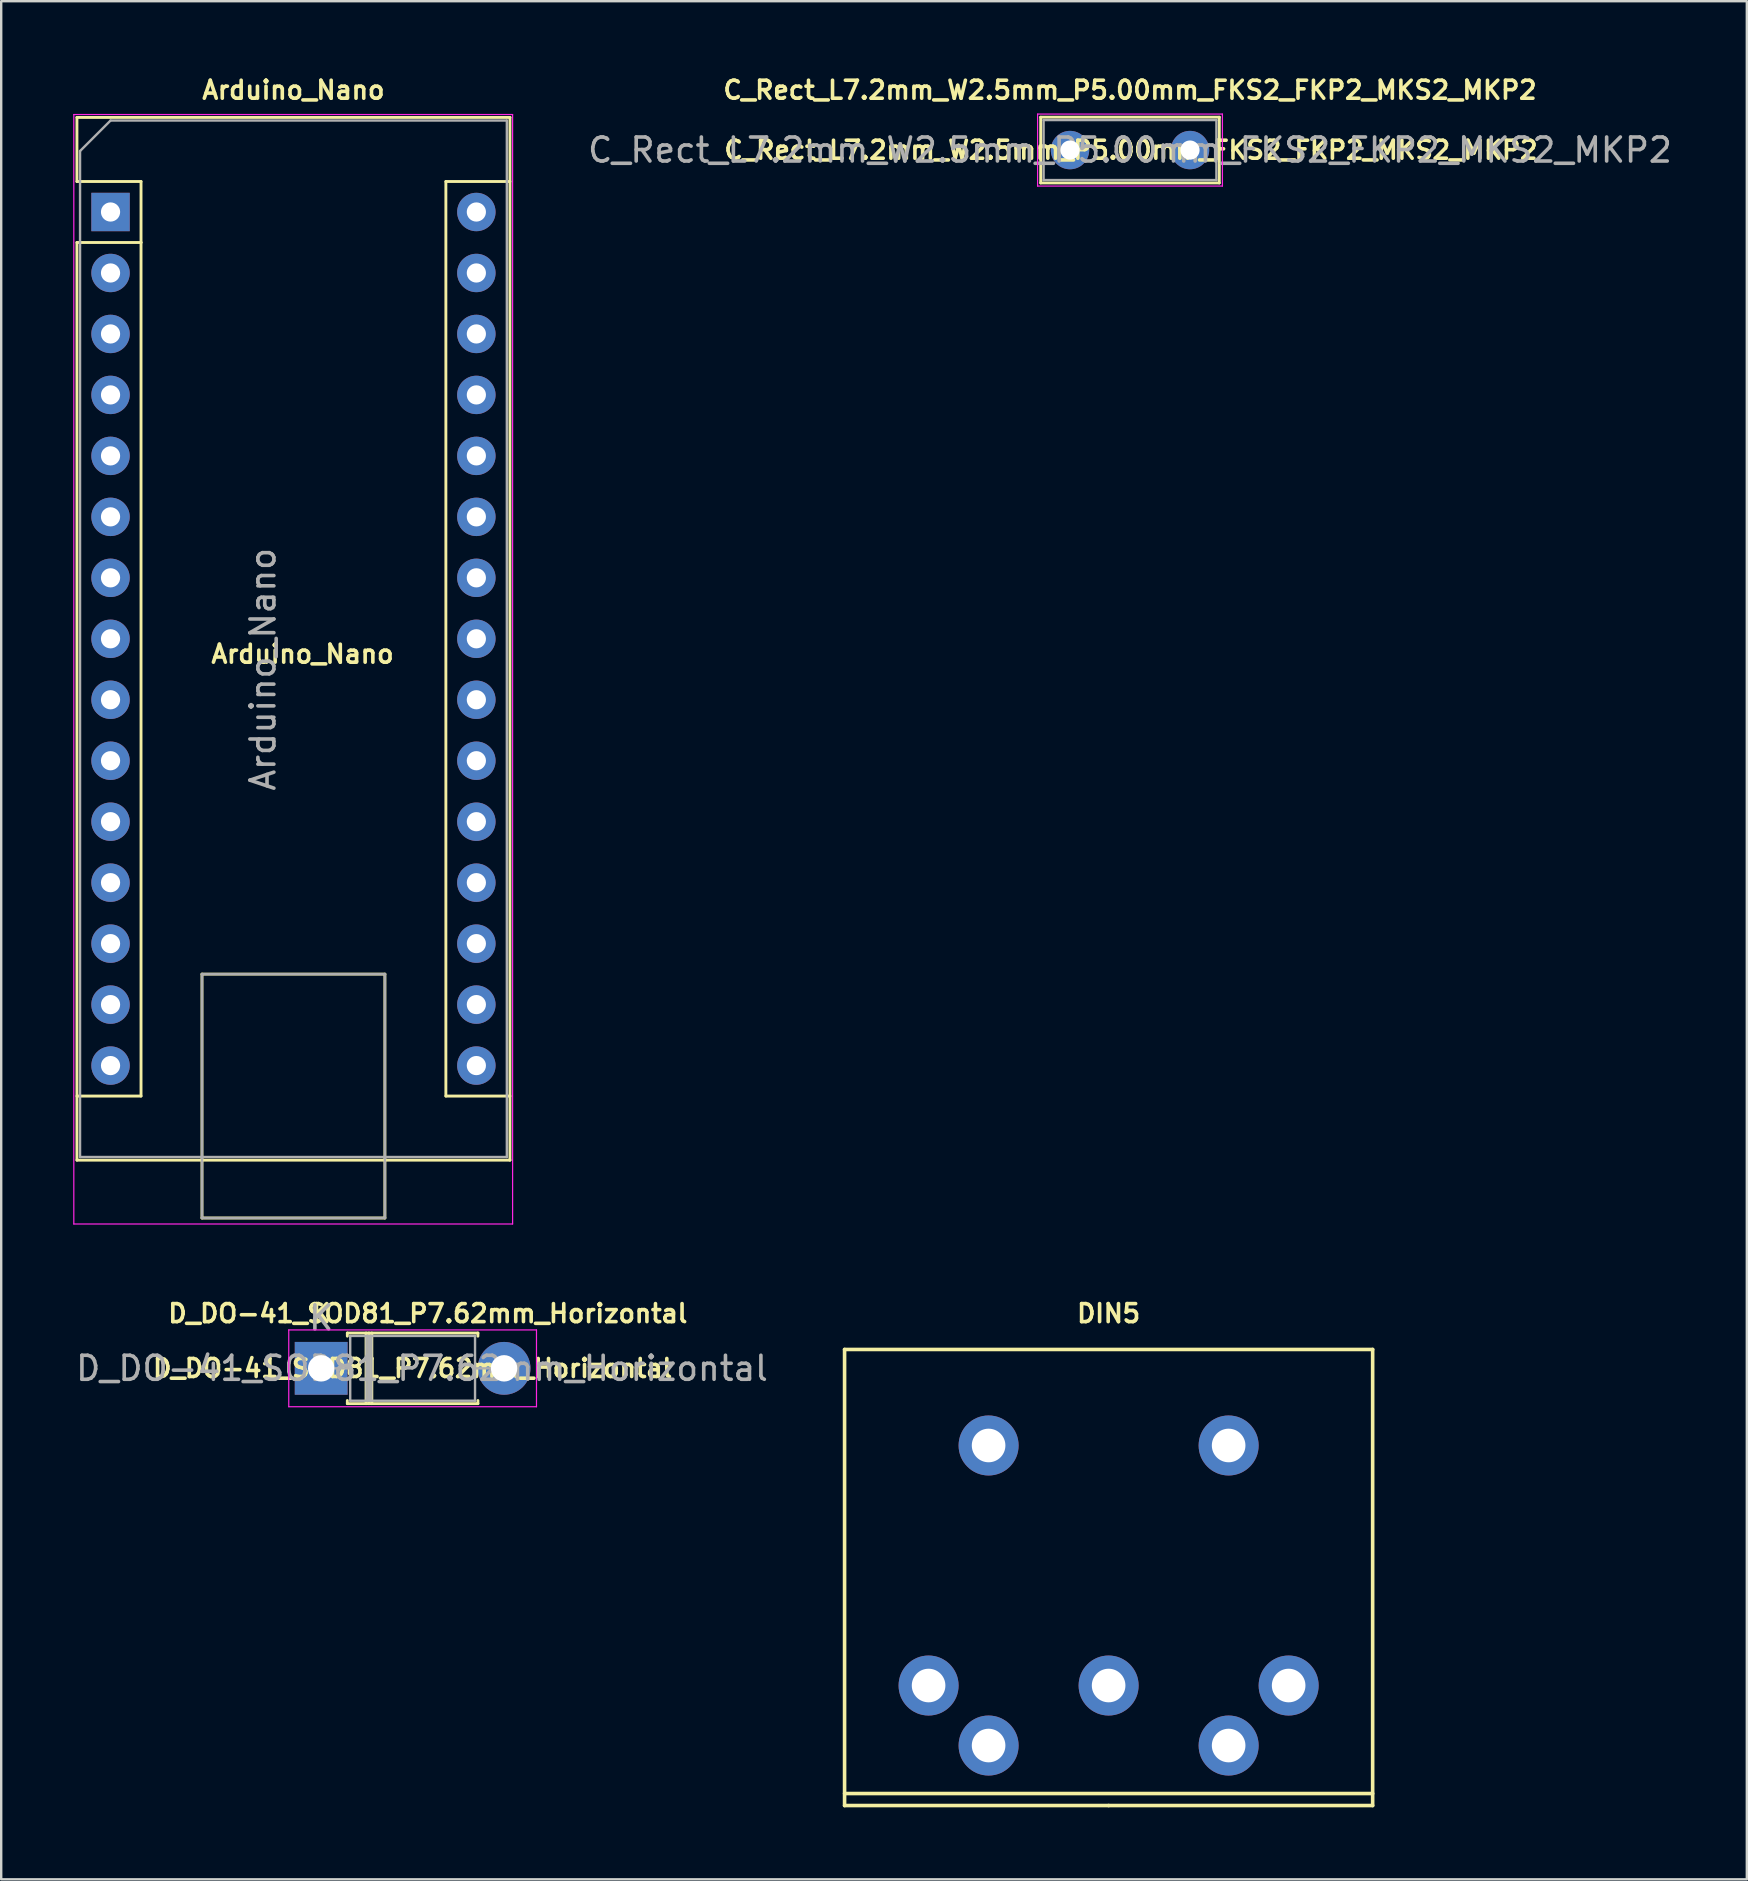
<source format=kicad_pcb>
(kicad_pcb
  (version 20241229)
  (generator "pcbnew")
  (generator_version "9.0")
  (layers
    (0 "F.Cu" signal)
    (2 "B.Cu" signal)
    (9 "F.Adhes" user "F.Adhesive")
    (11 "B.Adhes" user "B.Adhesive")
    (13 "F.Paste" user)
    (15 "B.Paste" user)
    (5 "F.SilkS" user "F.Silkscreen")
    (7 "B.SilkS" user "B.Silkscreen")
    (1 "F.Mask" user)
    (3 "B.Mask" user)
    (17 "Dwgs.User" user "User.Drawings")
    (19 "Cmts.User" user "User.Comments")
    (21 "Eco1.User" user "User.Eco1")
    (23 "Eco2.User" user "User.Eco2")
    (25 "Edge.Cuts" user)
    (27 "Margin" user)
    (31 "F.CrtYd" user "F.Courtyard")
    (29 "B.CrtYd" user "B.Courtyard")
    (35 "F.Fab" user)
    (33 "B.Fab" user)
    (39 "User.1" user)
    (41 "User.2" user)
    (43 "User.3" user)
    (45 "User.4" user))
  (footprint "C_Rect_L7.2mm_W2.5mm_P5.00mm_FKS2_FKP2_MKS2_MKP2"
    (layer "F.Cu")
    (at 41.526 3.202)
    (property "Reference" "C_Rect_L7.2mm_W2.5mm_P5.00mm_FKS2_FKP2_MKS2_MKP2" (at 2.5 -2.5 0) (layer "F.SilkS") (effects (font (size 0.75 0.75) (thickness 0.15))))
    (property "Value" "C_Rect_L7.2mm_W2.5mm_P5.00mm_FKS2_FKP2_MKS2_MKP2" (at 2.54 0 0) (layer "F.Fab") (hide yes) (effects (font (size 1 1) (thickness 0.15))))
    (attr through_hole)
    (fp_line (start -1.22 -1.37) (end -1.22 1.37) (stroke (width 0.12) (type solid)) (layer "F.SilkS"))
    (fp_line (start -1.22 -1.37) (end 6.22 -1.37) (stroke (width 0.12) (type solid)) (layer "F.SilkS"))
    (fp_line (start -1.22 1.37) (end 6.22 1.37) (stroke (width 0.12) (type solid)) (layer "F.SilkS"))
    (fp_line (start 6.22 -1.37) (end 6.22 1.37) (stroke (width 0.12) (type solid)) (layer "F.SilkS"))
    (fp_line (start -1.35 -1.5) (end -1.35 1.5) (stroke (width 0.05) (type solid)) (layer "F.CrtYd"))
    (fp_line (start -1.35 1.5) (end 6.35 1.5) (stroke (width 0.05) (type solid)) (layer "F.CrtYd"))
    (fp_line (start 6.35 -1.5) (end -1.35 -1.5) (stroke (width 0.05) (type solid)) (layer "F.CrtYd"))
    (fp_line (start 6.35 1.5) (end 6.35 -1.5) (stroke (width 0.05) (type solid)) (layer "F.CrtYd"))
    (fp_line (start -1.1 -1.25) (end -1.1 1.25) (stroke (width 0.1) (type solid)) (layer "F.Fab"))
    (fp_line (start -1.1 1.25) (end 6.1 1.25) (stroke (width 0.1) (type solid)) (layer "F.Fab"))
    (fp_line (start 6.1 -1.25) (end -1.1 -1.25) (stroke (width 0.1) (type solid)) (layer "F.Fab"))
    (fp_line (start 6.1 1.25) (end 6.1 -1.25) (stroke (width 0.1) (type solid)) (layer "F.Fab"))
    (fp_text user "${VALUE}" (at 2.54 0 0) (layer "F.SilkS") (effects (font (size 0.75 0.75) (thickness 0.15))))
    (fp_text user "${REFERENCE}" (at 2.5 0 0) (layer "F.Fab") (effects (font (size 1 1) (thickness 0.15))))
    (pad "1" thru_hole circle (at 0 0) (size 1.6 1.6) (drill 0.8) (layers "*.Cu" "*.Mask"))
    (pad "2" thru_hole circle (at 5 0) (size 1.6 1.6) (drill 0.8) (layers "*.Cu" "*.Mask")))
  (footprint "DIN5"
    (layer "F.Cu")
    (at 43.135 67.169)
    (property "Reference" "DIN5" (at 0 -15.5 0) (layer "F.SilkS") (effects (font (size 0.75 0.75) (thickness 0.15))))
    (attr through_hole)
    (fp_line (start -11 -14) (end 11 -14) (stroke (width 0.15) (type solid)) (layer "F.SilkS"))
    (fp_line (start -11 4.5) (end 11 4.5) (stroke (width 0.15) (type solid)) (layer "F.SilkS"))
    (fp_line (start -11 5) (end -11 -14) (stroke (width 0.15) (type solid)) (layer "F.SilkS"))
    (fp_line (start 0 5) (end -11 5) (stroke (width 0.15) (type solid)) (layer "F.SilkS"))
    (fp_line (start 11 -14) (end 11 5) (stroke (width 0.15) (type solid)) (layer "F.SilkS"))
    (fp_line (start 11 5) (end 0 5) (stroke (width 0.15) (type solid)) (layer "F.SilkS"))
    (pad "1" thru_hole circle (at 0 0) (size 2.5 2.5) (drill 1.4) (layers "*.Cu" "*.Mask"))
    (pad "2" thru_hole circle (at -7.5 0) (size 2.5 2.5) (drill 1.4) (layers "*.Cu" "*.Mask"))
    (pad "3" thru_hole circle (at 7.5 0) (size 2.5 2.5) (drill 1.4) (layers "*.Cu" "*.Mask"))
    (pad "4" thru_hole circle (at -5 2.5) (size 2.5 2.5) (drill 1.4) (layers "*.Cu" "*.Mask"))
    (pad "5" thru_hole circle (at 5 2.5) (size 2.5 2.5) (drill 1.4) (layers "*.Cu" "*.Mask"))
    (pad "6" thru_hole circle (at -5 -10) (size 2.5 2.5) (drill 1.4) (layers "*.Cu" "*.Mask"))
    (pad "7" thru_hole circle (at 5 -10) (size 2.5 2.5) (drill 1.4) (layers "*.Cu" "*.Mask")))
  (footprint "D_DO-41_SOD81_P7.62mm_Horizontal"
    (layer "F.Cu")
    (at 10.33 53.955)
    (property "Reference" "D_DO-41_SOD81_P7.62mm_Horizontal" (at 4.445 -2.286 0) (layer "F.SilkS") (effects (font (size 0.75 0.75) (thickness 0.15))))
    (property "Value" "D_DO-41_SOD81_P7.62mm_Horizontal" (at 3.81 2.47 0) (layer "F.Fab") (hide yes) (effects (font (size 1 1) (thickness 0.15))))
    (attr through_hole)
    (fp_line (start 1.09 -1.47) (end 6.53 -1.47) (stroke (width 0.12) (type solid)) (layer "F.SilkS"))
    (fp_line (start 1.09 -1.34) (end 1.09 -1.47) (stroke (width 0.12) (type solid)) (layer "F.SilkS"))
    (fp_line (start 1.09 1.34) (end 1.09 1.47) (stroke (width 0.12) (type solid)) (layer "F.SilkS"))
    (fp_line (start 1.09 1.47) (end 6.53 1.47) (stroke (width 0.12) (type solid)) (layer "F.SilkS"))
    (fp_line (start 1.87 -1.47) (end 1.87 1.47) (stroke (width 0.12) (type solid)) (layer "F.SilkS"))
    (fp_line (start 1.99 -1.47) (end 1.99 1.47) (stroke (width 0.12) (type solid)) (layer "F.SilkS"))
    (fp_line (start 2.11 -1.47) (end 2.11 1.47) (stroke (width 0.12) (type solid)) (layer "F.SilkS"))
    (fp_line (start 6.53 -1.47) (end 6.53 -1.34) (stroke (width 0.12) (type solid)) (layer "F.SilkS"))
    (fp_line (start 6.53 1.47) (end 6.53 1.34) (stroke (width 0.12) (type solid)) (layer "F.SilkS"))
    (fp_line (start -1.35 -1.6) (end -1.35 1.6) (stroke (width 0.05) (type solid)) (layer "F.CrtYd"))
    (fp_line (start -1.35 1.6) (end 8.97 1.6) (stroke (width 0.05) (type solid)) (layer "F.CrtYd"))
    (fp_line (start 8.97 -1.6) (end -1.35 -1.6) (stroke (width 0.05) (type solid)) (layer "F.CrtYd"))
    (fp_line (start 8.97 1.6) (end 8.97 -1.6) (stroke (width 0.05) (type solid)) (layer "F.CrtYd"))
    (fp_line (start 0 0) (end 1.21 0) (stroke (width 0.1) (type solid)) (layer "F.Fab"))
    (fp_line (start 1.21 -1.35) (end 1.21 1.35) (stroke (width 0.1) (type solid)) (layer "F.Fab"))
    (fp_line (start 1.21 1.35) (end 6.41 1.35) (stroke (width 0.1) (type solid)) (layer "F.Fab"))
    (fp_line (start 1.89 -1.35) (end 1.89 1.35) (stroke (width 0.1) (type solid)) (layer "F.Fab"))
    (fp_line (start 1.99 -1.35) (end 1.99 1.35) (stroke (width 0.1) (type solid)) (layer "F.Fab"))
    (fp_line (start 2.09 -1.35) (end 2.09 1.35) (stroke (width 0.1) (type solid)) (layer "F.Fab"))
    (fp_line (start 6.41 -1.35) (end 1.21 -1.35) (stroke (width 0.1) (type solid)) (layer "F.Fab"))
    (fp_line (start 6.41 1.35) (end 6.41 -1.35) (stroke (width 0.1) (type solid)) (layer "F.Fab"))
    (fp_line (start 7.62 0) (end 6.41 0) (stroke (width 0.1) (type solid)) (layer "F.Fab"))
    (fp_text user "${VALUE}" (at 3.81 0 0) (layer "F.SilkS") (effects (font (size 0.75 0.75) (thickness 0.15))))
    (fp_text user "K" (at 0 -2.286 0) (layer "F.SilkS") (effects (font (size 0.75 0.75) (thickness 0.15))))
    (fp_text user "${REFERENCE}" (at 4.2 0 0) (layer "F.Fab") (effects (font (size 1 1) (thickness 0.15))))
    (fp_text user "K" (at 0 -2.1 0) (layer "F.Fab") (effects (font (size 1 1) (thickness 0.15))))
    (pad "1" thru_hole rect (at 0 0) (size 2.2 2.2) (drill 1.1) (layers "*.Cu" "*.Mask"))
    (pad "2" thru_hole oval (at 7.62 0) (size 2.2 2.2) (drill 1.1) (layers "*.Cu" "*.Mask")))
  (footprint "Arduino_Nano"
    (layer "F.Cu")
    (at 1.555 5.782)
    (property "Reference" "Arduino_Nano" (at 7.62 -5.08 0) (layer "F.SilkS") (effects (font (size 0.75 0.75) (thickness 0.15))))
    (property "Value" "Arduino_Nano" (at 8.89 19.05 90) (layer "F.Fab") (hide yes) (effects (font (size 1 1) (thickness 0.15))))
    (attr through_hole)
    (fp_line (start -1.4 -3.94) (end -1.4 -1.27) (stroke (width 0.12) (type solid)) (layer "F.SilkS"))
    (fp_line (start -1.4 1.27) (end -1.4 39.5) (stroke (width 0.12) (type solid)) (layer "F.SilkS"))
    (fp_line (start -1.4 39.5) (end 16.64 39.5) (stroke (width 0.12) (type solid)) (layer "F.SilkS"))
    (fp_line (start 1.27 -1.27) (end -1.4 -1.27) (stroke (width 0.12) (type solid)) (layer "F.SilkS"))
    (fp_line (start 1.27 1.27) (end -1.4 1.27) (stroke (width 0.12) (type solid)) (layer "F.SilkS"))
    (fp_line (start 1.27 1.27) (end 1.27 -1.27) (stroke (width 0.12) (type solid)) (layer "F.SilkS"))
    (fp_line (start 1.27 1.27) (end 1.27 36.83) (stroke (width 0.12) (type solid)) (layer "F.SilkS"))
    (fp_line (start 1.27 36.83) (end -1.4 36.83) (stroke (width 0.12) (type solid)) (layer "F.SilkS"))
    (fp_line (start 3.81 31.75) (end 11.43 31.75) (stroke (width 0.12) (type solid)) (layer "F.SilkS"))
    (fp_line (start 3.81 41.91) (end 3.81 31.75) (stroke (width 0.12) (type solid)) (layer "F.SilkS"))
    (fp_line (start 11.43 31.75) (end 11.43 41.91) (stroke (width 0.12) (type solid)) (layer "F.SilkS"))
    (fp_line (start 11.43 41.91) (end 3.81 41.91) (stroke (width 0.12) (type solid)) (layer "F.SilkS"))
    (fp_line (start 13.97 -1.27) (end 13.97 36.83) (stroke (width 0.12) (type solid)) (layer "F.SilkS"))
    (fp_line (start 13.97 -1.27) (end 16.64 -1.27) (stroke (width 0.12) (type solid)) (layer "F.SilkS"))
    (fp_line (start 13.97 36.83) (end 16.64 36.83) (stroke (width 0.12) (type solid)) (layer "F.SilkS"))
    (fp_line (start 16.64 -3.94) (end -1.4 -3.94) (stroke (width 0.12) (type solid)) (layer "F.SilkS"))
    (fp_line (start 16.64 39.5) (end 16.64 -3.94) (stroke (width 0.12) (type solid)) (layer "F.SilkS"))
    (fp_line (start -1.53 -4.06) (end -1.53 42.16) (stroke (width 0.05) (type solid)) (layer "F.CrtYd"))
    (fp_line (start -1.53 -4.06) (end 16.75 -4.06) (stroke (width 0.05) (type solid)) (layer "F.CrtYd"))
    (fp_line (start 16.75 42.16) (end -1.53 42.16) (stroke (width 0.05) (type solid)) (layer "F.CrtYd"))
    (fp_line (start 16.75 42.16) (end 16.75 -4.06) (stroke (width 0.05) (type solid)) (layer "F.CrtYd"))
    (fp_line (start -1.27 -2.54) (end 0 -3.81) (stroke (width 0.1) (type solid)) (layer "F.Fab"))
    (fp_line (start -1.27 39.37) (end -1.27 -2.54) (stroke (width 0.1) (type solid)) (layer "F.Fab"))
    (fp_line (start 0 -3.81) (end 16.51 -3.81) (stroke (width 0.1) (type solid)) (layer "F.Fab"))
    (fp_line (start 3.81 31.75) (end 11.43 31.75) (stroke (width 0.1) (type solid)) (layer "F.Fab"))
    (fp_line (start 3.81 41.91) (end 3.81 31.75) (stroke (width 0.1) (type solid)) (layer "F.Fab"))
    (fp_line (start 11.43 31.75) (end 11.43 41.91) (stroke (width 0.1) (type solid)) (layer "F.Fab"))
    (fp_line (start 11.43 41.91) (end 3.81 41.91) (stroke (width 0.1) (type solid)) (layer "F.Fab"))
    (fp_line (start 16.51 -3.81) (end 16.51 39.37) (stroke (width 0.1) (type solid)) (layer "F.Fab"))
    (fp_line (start 16.51 39.37) (end -1.27 39.37) (stroke (width 0.1) (type solid)) (layer "F.Fab"))
    (fp_text user "${VALUE}" (at 8 18.415 0) (layer "F.SilkS") (effects (font (size 0.75 0.75) (thickness 0.15))))
    (fp_text user "${REFERENCE}" (at 6.35 19.05 90) (layer "F.Fab") (effects (font (size 1 1) (thickness 0.15))))
    (pad "1" thru_hole rect (at 0 0) (size 1.6 1.6) (drill 0.8) (layers "*.Cu" "*.Mask"))
    (pad "2" thru_hole oval (at 0 2.54) (size 1.6 1.6) (drill 0.8) (layers "*.Cu" "*.Mask"))
    (pad "3" thru_hole oval (at 0 5.08) (size 1.6 1.6) (drill 0.8) (layers "*.Cu" "*.Mask"))
    (pad "4" thru_hole oval (at 0 7.62) (size 1.6 1.6) (drill 0.8) (layers "*.Cu" "*.Mask"))
    (pad "5" thru_hole oval (at 0 10.16) (size 1.6 1.6) (drill 0.8) (layers "*.Cu" "*.Mask"))
    (pad "6" thru_hole oval (at 0 12.7) (size 1.6 1.6) (drill 0.8) (layers "*.Cu" "*.Mask"))
    (pad "7" thru_hole oval (at 0 15.24) (size 1.6 1.6) (drill 0.8) (layers "*.Cu" "*.Mask"))
    (pad "8" thru_hole oval (at 0 17.78) (size 1.6 1.6) (drill 0.8) (layers "*.Cu" "*.Mask"))
    (pad "9" thru_hole oval (at 0 20.32) (size 1.6 1.6) (drill 0.8) (layers "*.Cu" "*.Mask"))
    (pad "10" thru_hole oval (at 0 22.86) (size 1.6 1.6) (drill 0.8) (layers "*.Cu" "*.Mask"))
    (pad "11" thru_hole oval (at 0 25.4) (size 1.6 1.6) (drill 0.8) (layers "*.Cu" "*.Mask"))
    (pad "12" thru_hole oval (at 0 27.94) (size 1.6 1.6) (drill 0.8) (layers "*.Cu" "*.Mask"))
    (pad "13" thru_hole oval (at 0 30.48) (size 1.6 1.6) (drill 0.8) (layers "*.Cu" "*.Mask"))
    (pad "14" thru_hole oval (at 0 33.02) (size 1.6 1.6) (drill 0.8) (layers "*.Cu" "*.Mask"))
    (pad "15" thru_hole oval (at 0 35.56) (size 1.6 1.6) (drill 0.8) (layers "*.Cu" "*.Mask"))
    (pad "16" thru_hole oval (at 15.24 35.56) (size 1.6 1.6) (drill 0.8) (layers "*.Cu" "*.Mask"))
    (pad "17" thru_hole oval (at 15.24 33.02) (size 1.6 1.6) (drill 0.8) (layers "*.Cu" "*.Mask"))
    (pad "18" thru_hole oval (at 15.24 30.48) (size 1.6 1.6) (drill 0.8) (layers "*.Cu" "*.Mask"))
    (pad "19" thru_hole oval (at 15.24 27.94) (size 1.6 1.6) (drill 0.8) (layers "*.Cu" "*.Mask"))
    (pad "20" thru_hole oval (at 15.24 25.4) (size 1.6 1.6) (drill 0.8) (layers "*.Cu" "*.Mask"))
    (pad "21" thru_hole oval (at 15.24 22.86) (size 1.6 1.6) (drill 0.8) (layers "*.Cu" "*.Mask"))
    (pad "22" thru_hole oval (at 15.24 20.32) (size 1.6 1.6) (drill 0.8) (layers "*.Cu" "*.Mask"))
    (pad "23" thru_hole oval (at 15.24 17.78) (size 1.6 1.6) (drill 0.8) (layers "*.Cu" "*.Mask"))
    (pad "24" thru_hole oval (at 15.24 15.24) (size 1.6 1.6) (drill 0.8) (layers "*.Cu" "*.Mask"))
    (pad "25" thru_hole oval (at 15.24 12.7) (size 1.6 1.6) (drill 0.8) (layers "*.Cu" "*.Mask"))
    (pad "26" thru_hole oval (at 15.24 10.16) (size 1.6 1.6) (drill 0.8) (layers "*.Cu" "*.Mask"))
    (pad "27" thru_hole oval (at 15.24 7.62) (size 1.6 1.6) (drill 0.8) (layers "*.Cu" "*.Mask"))
    (pad "28" thru_hole oval (at 15.24 5.08) (size 1.6 1.6) (drill 0.8) (layers "*.Cu" "*.Mask"))
    (pad "29" thru_hole oval (at 15.24 2.54) (size 1.6 1.6) (drill 0.8) (layers "*.Cu" "*.Mask"))
    (pad "30" thru_hole oval (at 15.24 0) (size 1.6 1.6) (drill 0.8) (layers "*.Cu" "*.Mask")))
  (gr_rect
    (start -3 -3)
    (end 69.723 75.244)
    (stroke (width 0.1) (type default))
    (fill no)
    (layer "Edge.Cuts")))
</source>
